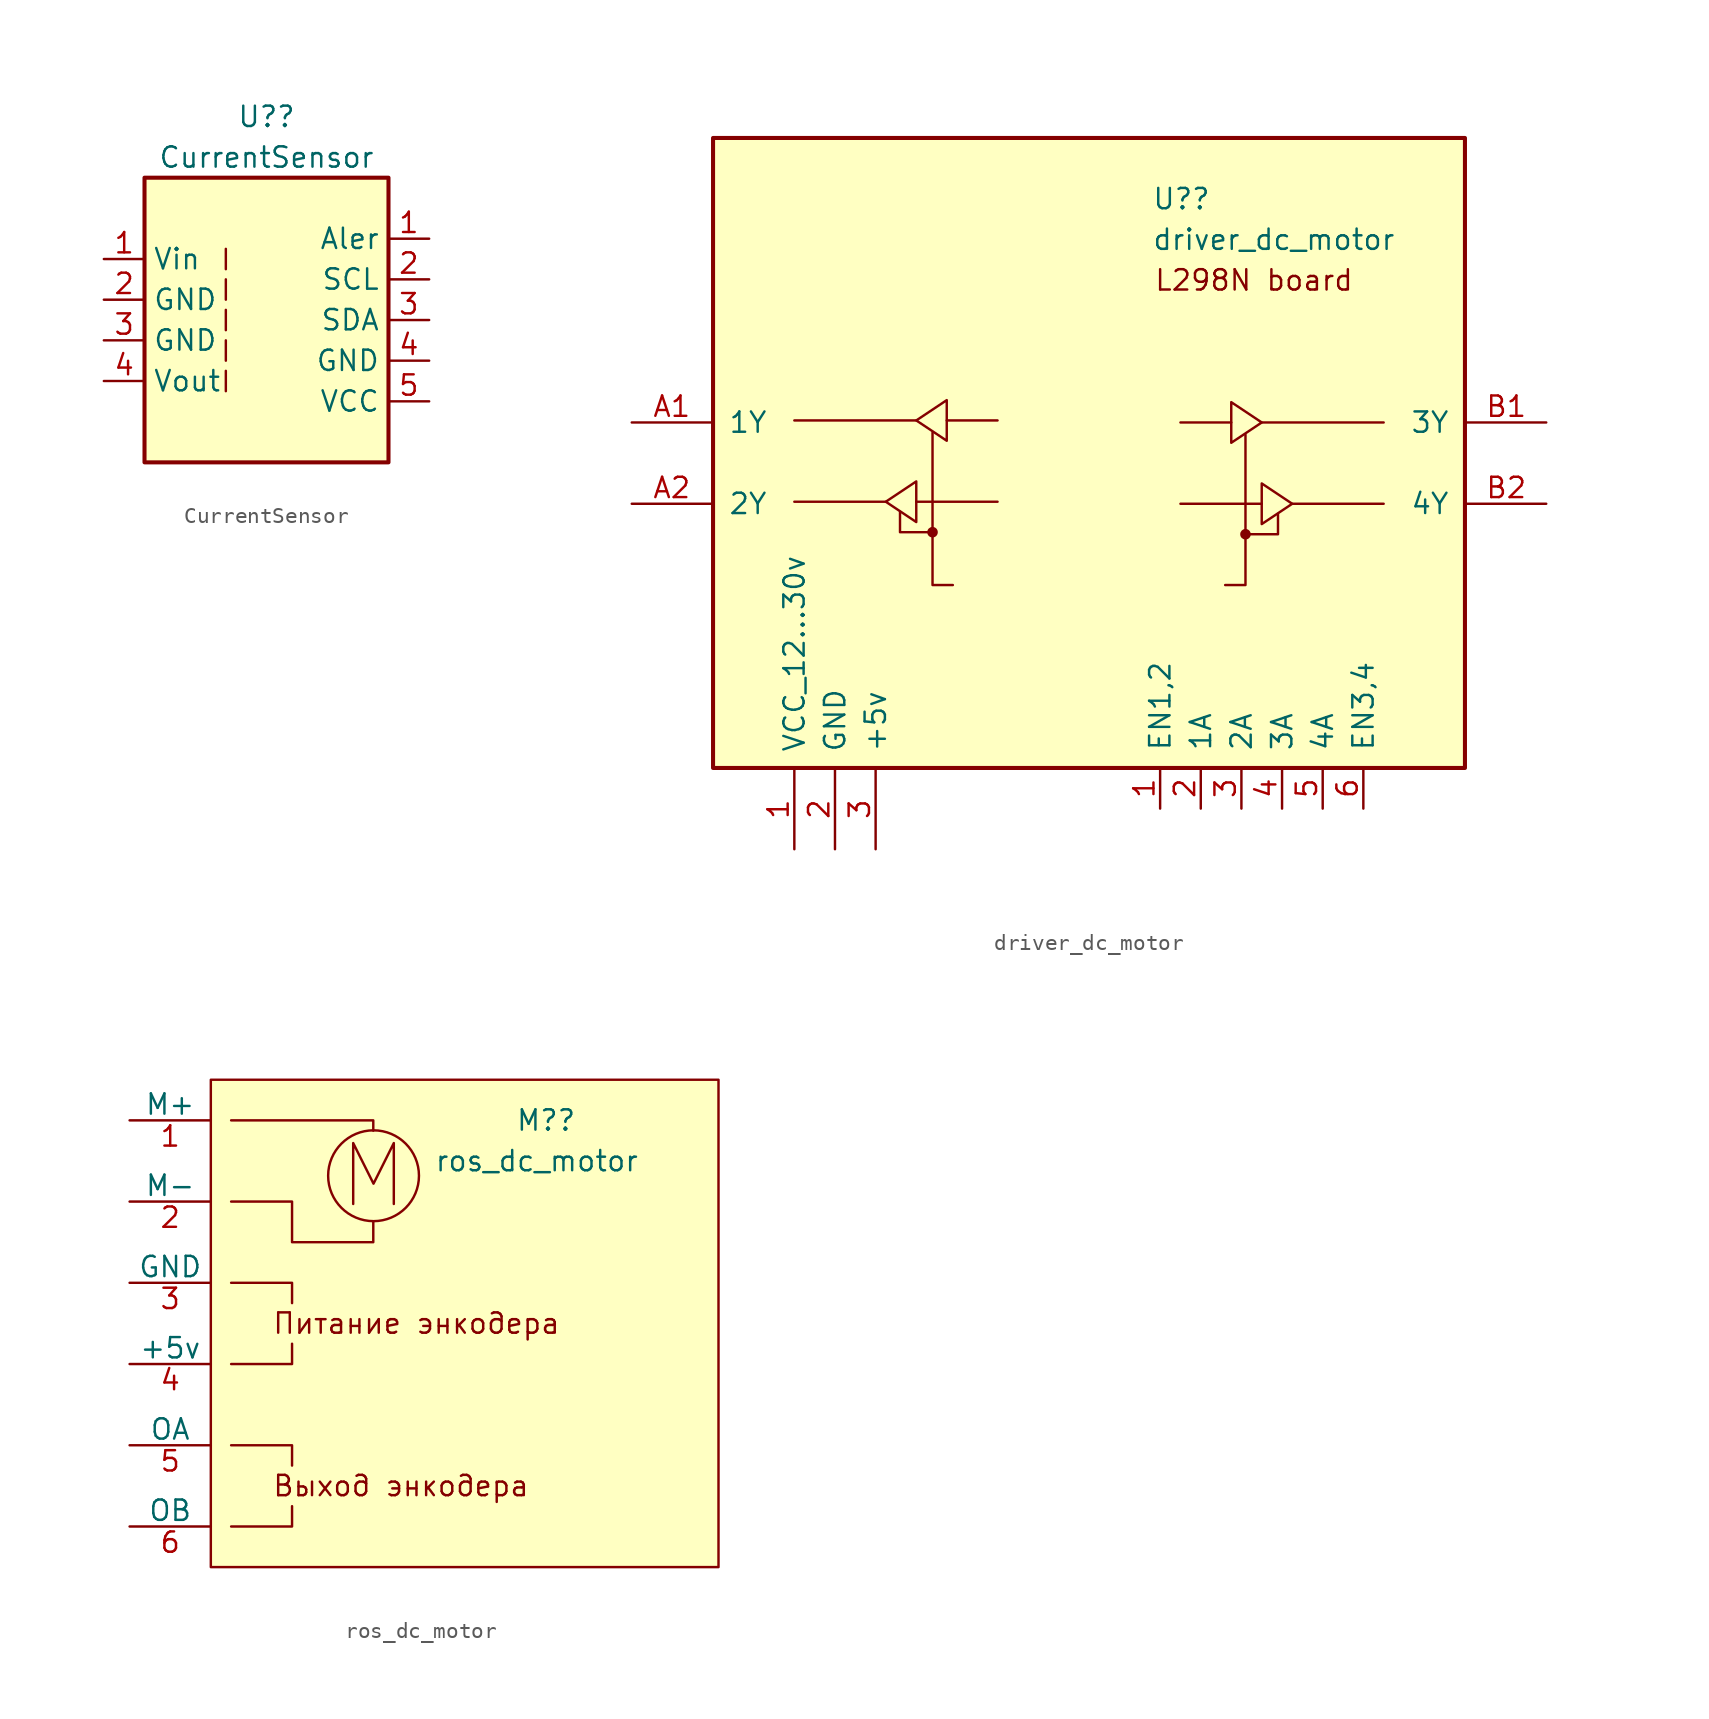
<source format=kicad_sym>
(kicad_symbol_lib
  (version 20211014)
  (generator kicad_symbol_editor)
  (symbol "CurrentSensor"
    (property "Reference" "U?"
      (at 0 12.7 0)
      (effects (font (size 1.27 1.27))))
    (property "Value" "CurrentSensor"
      (at 0 10.16 0)
      (effects (font (size 1.27 1.27))))
    (symbol "CurrentSensor_0_1"
      (rectangle (start -7.62 8.89) (end 7.62 -8.89) (stroke (width 0.254) (type default) (color 0 0 0 0)) (fill (type background)))
      (polyline (pts (xy -2.54 -3.175) (xy -2.54 -4.445)) (stroke (width 0) (type default) (color 0 0 0 0)) (fill (type none)))
      (polyline (pts (xy -2.54 -1.27) (xy -2.54 -2.54)) (stroke (width 0) (type default) (color 0 0 0 0)) (fill (type none)))
      (polyline (pts (xy -2.54 0.635) (xy -2.54 -0.635)) (stroke (width 0) (type default) (color 0 0 0 0)) (fill (type none)))
      (polyline (pts (xy -2.54 1.27) (xy -2.54 2.54)) (stroke (width 0) (type default) (color 0 0 0 0)) (fill (type none)))
      (polyline (pts (xy -2.54 3.175) (xy -2.54 4.445)) (stroke (width 0) (type default) (color 0 0 0 0)) (fill (type none))))
    (symbol "CurrentSensor_1_1"
      (pin passive line (at 10.16 5.08 180) (length 2.54) (name "Aler" (effects (font (size 1.27 1.27)))) (number "1" (effects (font (size 1.27 1.27)))))
      (pin power_in line (at -10.16 3.81 0) (length 2.54) (name "Vin" (effects (font (size 1.27 1.27)))) (number "1" (effects (font (size 1.27 1.27)))))
      (pin power_in line (at -10.16 1.27 0) (length 2.54) (name "GND" (effects (font (size 1.27 1.27)))) (number "2" (effects (font (size 1.27 1.27)))))
      (pin passive line (at 10.16 2.54 180) (length 2.54) (name "SCL" (effects (font (size 1.27 1.27)))) (number "2" (effects (font (size 1.27 1.27)))))
      (pin power_out line (at -10.16 -1.27 0) (length 2.54) (name "GND" (effects (font (size 1.27 1.27)))) (number "3" (effects (font (size 1.27 1.27)))))
      (pin passive line (at 10.16 0 180) (length 2.54) (name "SDA" (effects (font (size 1.27 1.27)))) (number "3" (effects (font (size 1.27 1.27)))))
      (pin passive line (at 10.16 -2.54 180) (length 2.54) (name "GND" (effects (font (size 1.27 1.27)))) (number "4" (effects (font (size 1.27 1.27)))))
      (pin power_out line (at -10.16 -3.81 0) (length 2.54) (name "Vout" (effects (font (size 1.27 1.27)))) (number "4" (effects (font (size 1.27 1.27)))))
      (pin passive line (at 10.16 -5.08 180) (length 2.54) (name "VCC" (effects (font (size 1.27 1.27)))) (number "5" (effects (font (size 1.27 1.27)))))))
  (symbol "driver_dc_motor"
    (pin_names
      (offset 1.016))
    (property "Reference" "U?"
      (at 17.259 19.05 0)
      (effects (font (size 1.27 1.27)) (justify left)))
    (property "Value" "driver_dc_motor"
      (at 17.259 16.51 0)
      (effects (font (size 1.27 1.27)) (justify left)))
    (symbol "driver_dc_motor_0_0"
      (text "L298N board " (at 24.13 13.97 0) (effects (font (size 1.27 1.27)))))
    (symbol "driver_dc_motor_0_1"
      (rectangle (start -10.16 22.86) (end 36.83 -16.51) (stroke (width 0.254) (type default) (color 0 0 0 0)) (fill (type background)))
      (polyline (pts (xy 0.635 0.127) (xy -5.08 0.127)) (stroke (width 0) (type default) (color 0 0 0 0)) (fill (type none)))
      (polyline (pts (xy 2.54 5.207) (xy -5.08 5.207)) (stroke (width 0) (type default) (color 0 0 0 0)) (fill (type none)))
      (polyline (pts (xy 7.62 0.127) (xy 2.54 0.127)) (stroke (width 0) (type default) (color 0 0 0 0)) (fill (type none)))
      (polyline (pts (xy 7.62 5.207) (xy 4.445 5.207)) (stroke (width 0) (type default) (color 0 0 0 0)) (fill (type none)))
      (polyline (pts (xy 19.05 0) (xy 24.13 0)) (stroke (width 0) (type default) (color 0 0 0 0)) (fill (type none)))
      (polyline (pts (xy 19.05 5.08) (xy 22.225 5.08)) (stroke (width 0) (type default) (color 0 0 0 0)) (fill (type none)))
      (polyline (pts (xy 24.13 5.08) (xy 31.75 5.08)) (stroke (width 0) (type default) (color 0 0 0 0)) (fill (type none)))
      (polyline (pts (xy 26.035 0) (xy 31.75 0)) (stroke (width 0) (type default) (color 0 0 0 0)) (fill (type none)))
      (polyline (pts (xy 3.556 -1.778) (xy 1.524 -1.778) (xy 1.524 -0.508)) (stroke (width 0) (type default) (color 0 0 0 0)) (fill (type none)))
      (polyline (pts (xy 3.556 4.445) (xy 3.556 -5.08) (xy 4.826 -5.08)) (stroke (width 0) (type default) (color 0 0 0 0)) (fill (type none)))
      (polyline (pts (xy 23.114 -1.905) (xy 25.146 -1.905) (xy 25.146 -0.635)) (stroke (width 0) (type default) (color 0 0 0 0)) (fill (type none)))
      (polyline (pts (xy 23.114 4.318) (xy 23.114 -5.08) (xy 21.844 -5.08)) (stroke (width 0) (type default) (color 0 0 0 0)) (fill (type none)))
      (polyline (pts (xy 2.54 1.397) (xy 2.54 -1.143) (xy 0.635 0.127) (xy 2.54 1.397)) (stroke (width 0) (type default) (color 0 0 0 0)) (fill (type none)))
      (polyline (pts (xy 4.445 6.477) (xy 4.445 3.937) (xy 2.54 5.207) (xy 4.445 6.477)) (stroke (width 0) (type default) (color 0 0 0 0)) (fill (type none)))
      (polyline (pts (xy 22.225 6.35) (xy 22.225 3.81) (xy 24.13 5.08) (xy 22.225 6.35)) (stroke (width 0) (type default) (color 0 0 0 0)) (fill (type none)))
      (polyline (pts (xy 24.13 1.27) (xy 24.13 -1.27) (xy 26.035 0) (xy 24.13 1.27)) (stroke (width 0) (type default) (color 0 0 0 0)) (fill (type none)))
      (circle (center 3.556 -1.778) (radius 0.254) (stroke (width 0) (type default) (color 0 0 0 0)) (fill (type outline)))
      (circle (center 23.114 -1.905) (radius 0.254) (stroke (width 0) (type default) (color 0 0 0 0)) (fill (type outline))))
    (symbol "driver_dc_motor_1_1"
      (pin input line (at 17.78 -19.05 90) (length 2.54) (name "EN1,2" (effects (font (size 1.27 1.27)))) (number "1" (effects (font (size 1.27 1.27)))))
      (pin power_in line (at -5.08 -21.59 90) (length 5) (name "VCC_12...30v" (effects (font (size 1.27 1.27)))) (number "1" (effects (font (size 1.27 1.27)))))
      (pin input line (at 20.32 -19.05 90) (length 2.54) (name "1A" (effects (font (size 1.27 1.27)))) (number "2" (effects (font (size 1.27 1.27)))))
      (pin power_in line (at -2.54 -21.59 90) (length 5) (name "GND" (effects (font (size 1.27 1.27)))) (number "2" (effects (font (size 1.27 1.27)))))
      (pin power_out line (at 0 -21.59 90) (length 5) (name "+5v" (effects (font (size 1.27 1.27)))) (number "3" (effects (font (size 1.27 1.27)))))
      (pin input line (at 22.86 -19.05 90) (length 2.54) (name "2A" (effects (font (size 1.27 1.27)))) (number "3" (effects (font (size 1.27 1.27)))))
      (pin input line (at 25.4 -19.05 90) (length 2.54) (name "3A" (effects (font (size 1.27 1.27)))) (number "4" (effects (font (size 1.27 1.27)))))
      (pin input line (at 27.94 -19.05 90) (length 2.54) (name "4A" (effects (font (size 1.27 1.27)))) (number "5" (effects (font (size 1.27 1.27)))))
      (pin input line (at 30.48 -19.05 90) (length 2.54) (name "EN3,4" (effects (font (size 1.27 1.27)))) (number "6" (effects (font (size 1.27 1.27)))))
      (pin output line (at -15.24 5.08 0) (length 5) (name "1Y" (effects (font (size 1.27 1.27)))) (number "A1" (effects (font (size 1.27 1.27)))))
      (pin output line (at -15.24 0 0) (length 5) (name "2Y" (effects (font (size 1.27 1.27)))) (number "A2" (effects (font (size 1.27 1.27)))))
      (pin output line (at 41.91 5.08 180) (length 5) (name "3Y" (effects (font (size 1.27 1.27)))) (number "B1" (effects (font (size 1.27 1.27)))))
      (pin output line (at 41.91 0 180) (length 5) (name "4Y" (effects (font (size 1.27 1.27)))) (number "B2" (effects (font (size 1.27 1.27)))))))
  (symbol "ros_dc_motor"
    (pin_names
      (offset 0))
    (property "Reference" "M?"
      (at 25.4 26.67 0)
      (effects (font (size 1.27 1.27)) (justify left)))
    (property "Value" "ros_dc_motor"
      (at 20.32 24.13 0)
      (effects (font (size 1.27 1.27)) (justify left)))
    (symbol "ros_dc_motor_0_0"
      (polyline (pts (xy 7.62 1.27) (xy 11.43 1.27) (xy 11.43 2.54)) (stroke (width 0) (type default) (color 0 0 0 0)) (fill (type none)))
      (polyline (pts (xy 7.62 6.35) (xy 11.43 6.35) (xy 11.43 5.08)) (stroke (width 0) (type default) (color 0 0 0 0)) (fill (type none)))
      (polyline (pts (xy 7.62 11.43) (xy 11.43 11.43) (xy 11.43 12.7)) (stroke (width 0) (type default) (color 0 0 0 0)) (fill (type none)))
      (polyline (pts (xy 7.62 16.51) (xy 11.43 16.51) (xy 11.43 15.24)) (stroke (width 0) (type default) (color 0 0 0 0)) (fill (type none)))
      (polyline (pts (xy 15.254 21.44) (xy 15.254 25.25) (xy 16.524 22.71) (xy 17.794 25.25) (xy 17.794 21.44)) (stroke (width 0) (type default) (color 0 0 0 0)) (fill (type none)))
      (text "Выход энкодера" (at 10.16 3.81 0) (effects (font (size 1.27 1.27)) (justify left)))
      (text "Питание энкодера" (at 10.16 13.97 0) (effects (font (size 1.27 1.27)) (justify left))))
    (symbol "ros_dc_motor_0_1"
      (polyline (pts (xy 7.62 26.67) (xy 16.51 26.67) (xy 16.51 26.023)) (stroke (width 0) (type default) (color 0 0 0 0)) (fill (type none)))
      (polyline (pts (xy 7.62 21.59) (xy 11.43 21.59) (xy 11.43 19.05) (xy 16.51 19.05) (xy 16.51 20.32)) (stroke (width 0) (type default) (color 0 0 0 0)) (fill (type none)))
      (rectangle (start 6.35 29.21) (end 38.1 -1.27) (stroke (width 0) (type default) (color 0 0 0 0)) (fill (type background)))
      (circle (center 16.527 23.206) (radius 2.84) (stroke (width 0) (type default) (color 0 0 0 0)) (fill (type none))))
    (symbol "ros_dc_motor_1_1"
      (pin power_in line (at 1.27 26.67 0) (length 5.08) (name "M+" (effects (font (size 1.27 1.27)))) (number "1" (effects (font (size 1.27 1.27)))))
      (pin power_in line (at 1.27 21.59 0) (length 5.08) (name "M-" (effects (font (size 1.27 1.27)))) (number "2" (effects (font (size 1.27 1.27)))))
      (pin power_in line (at 1.27 16.51 0) (length 5.08) (name "GND" (effects (font (size 1.27 1.27)))) (number "3" (effects (font (size 1.27 1.27)))))
      (pin power_in line (at 1.27 11.43 0) (length 5.08) (name "+5v" (effects (font (size 1.27 1.27)))) (number "4" (effects (font (size 1.27 1.27)))))
      (pin output line (at 1.27 6.35 0) (length 5.08) (name "OA" (effects (font (size 1.27 1.27)))) (number "5" (effects (font (size 1.27 1.27)))))
      (pin output line (at 1.27 1.27 0) (length 5.08) (name "OB" (effects (font (size 1.27 1.27)))) (number "6" (effects (font (size 1.27 1.27))))))))
</source>
